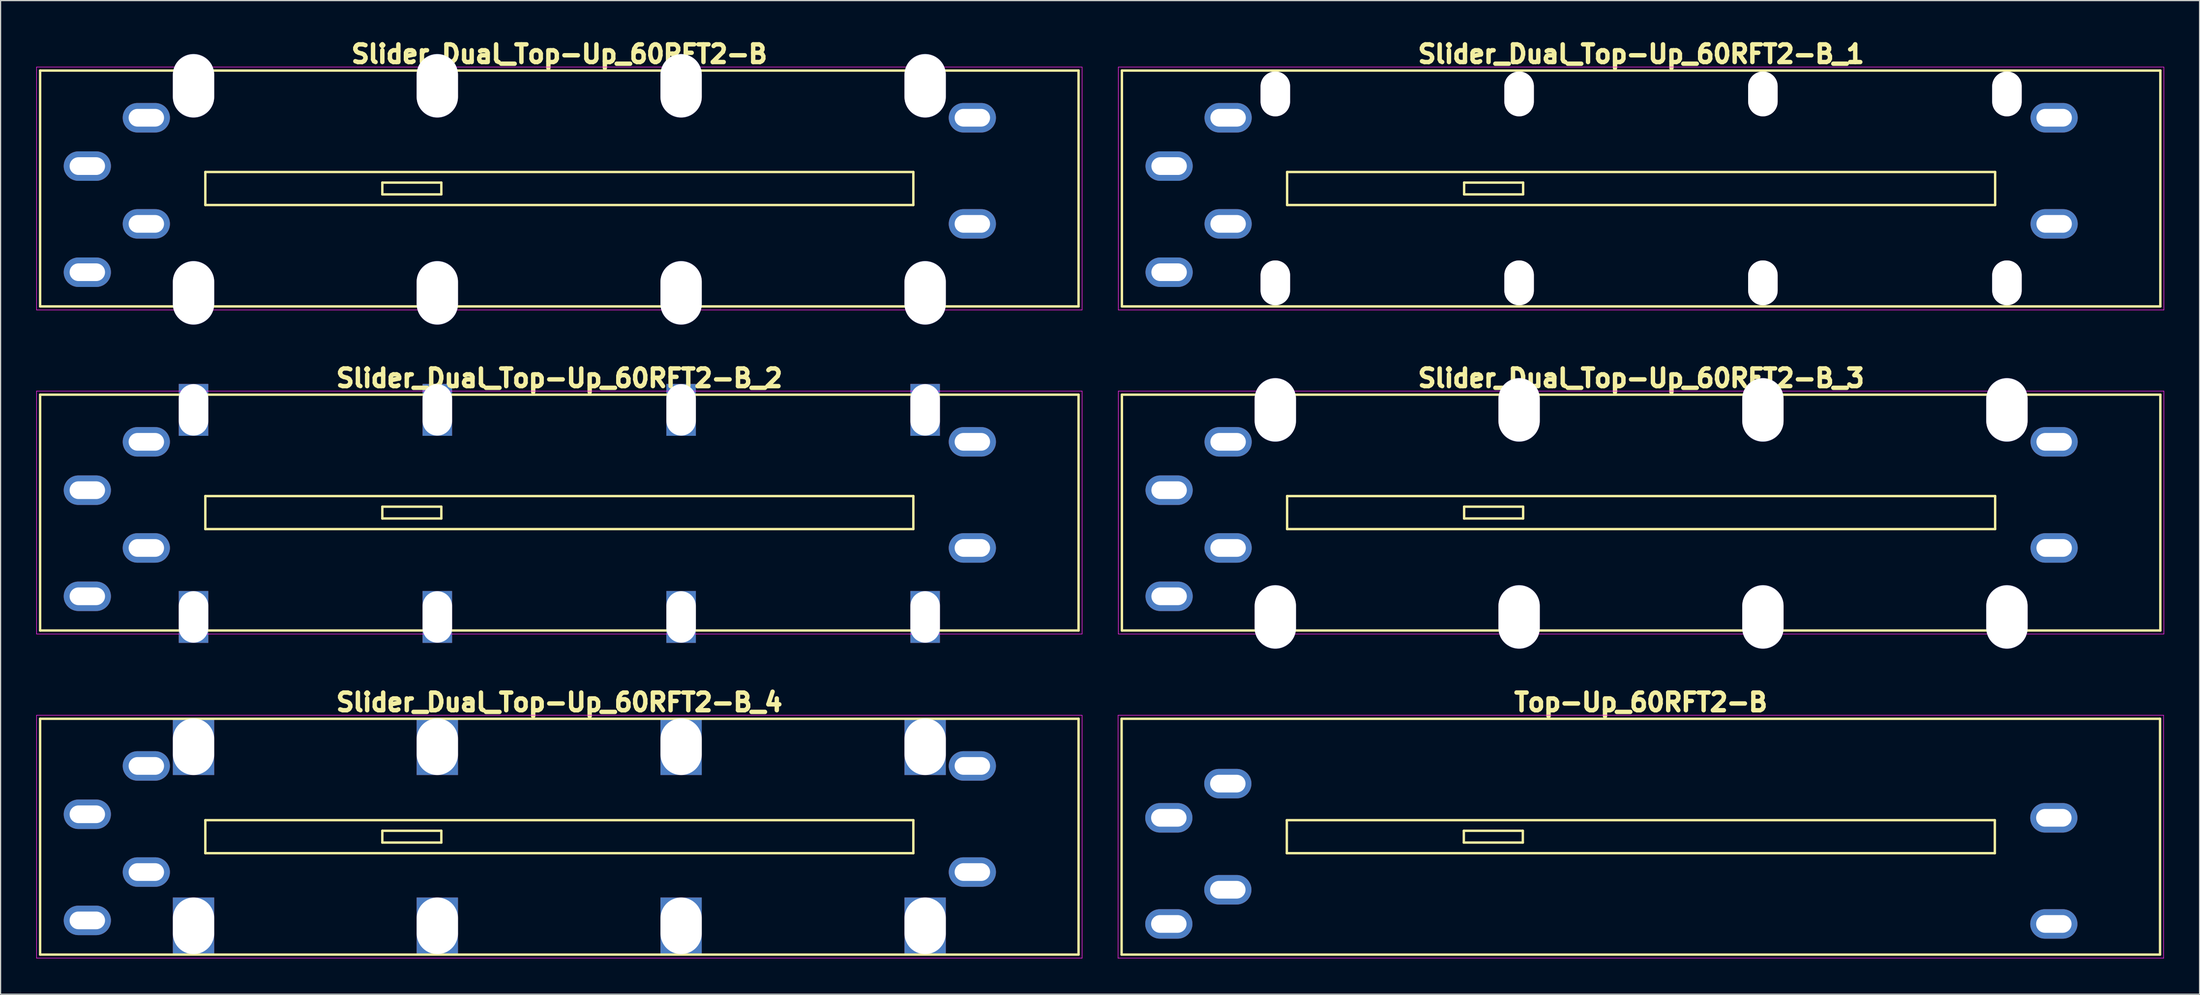
<source format=kicad_pcb>
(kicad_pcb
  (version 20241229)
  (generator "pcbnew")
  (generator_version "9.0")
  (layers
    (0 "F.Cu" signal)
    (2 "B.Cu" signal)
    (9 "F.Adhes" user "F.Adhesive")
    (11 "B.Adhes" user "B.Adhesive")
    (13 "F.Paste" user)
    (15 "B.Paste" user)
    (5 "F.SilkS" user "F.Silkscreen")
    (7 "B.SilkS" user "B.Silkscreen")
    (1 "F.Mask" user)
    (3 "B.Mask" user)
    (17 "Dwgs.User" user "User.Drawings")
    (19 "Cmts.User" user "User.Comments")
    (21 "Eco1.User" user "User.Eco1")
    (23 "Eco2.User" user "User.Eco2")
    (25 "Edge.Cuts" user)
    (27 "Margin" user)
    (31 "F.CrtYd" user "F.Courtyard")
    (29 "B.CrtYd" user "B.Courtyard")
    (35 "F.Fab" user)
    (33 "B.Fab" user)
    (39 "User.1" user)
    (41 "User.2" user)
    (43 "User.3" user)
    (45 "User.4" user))
  (footprint "Slider_Dual_Top-Up_60RFT2-B_1"
    (layer "F.Cu")
    (at 91.925 23.046)
    (property "Reference" "Slider_Dual_Top-Up_60RFT2-B_1" (at 44.1 -21.51 0) (layer "F.SilkS") (effects (font (size 1.5 1.5) (thickness 0.375) (bold yes))))
    (attr through_hole)
    (fp_line (start 0.1 -20.11) (end 0.1 -0.11) (stroke (width 0.203) (type solid)) (layer "F.SilkS"))
    (fp_line (start 14.1 -11.51) (end 14.1 -8.71) (stroke (width 0.203) (type solid)) (layer "F.SilkS"))
    (fp_line (start 14.1 -8.71) (end 74.1 -8.71) (stroke (width 0.203) (type solid)) (layer "F.SilkS"))
    (fp_line (start 29.1 -10.61) (end 29.1 -9.61) (stroke (width 0.203) (type solid)) (layer "F.SilkS"))
    (fp_line (start 29.1 -9.61) (end 34.1 -9.61) (stroke (width 0.203) (type solid)) (layer "F.SilkS"))
    (fp_line (start 34.1 -10.61) (end 29.1 -10.61) (stroke (width 0.203) (type solid)) (layer "F.SilkS"))
    (fp_line (start 34.1 -9.61) (end 34.1 -10.61) (stroke (width 0.203) (type solid)) (layer "F.SilkS"))
    (fp_line (start 74.1 -11.51) (end 14.1 -11.51) (stroke (width 0.203) (type solid)) (layer "F.SilkS"))
    (fp_line (start 74.1 -8.71) (end 74.1 -11.51) (stroke (width 0.203) (type solid)) (layer "F.SilkS"))
    (fp_line (start 88.1 -20.11) (end 0.1 -20.11) (stroke (width 0.203) (type solid)) (layer "F.SilkS"))
    (fp_line (start 88.1 -0.11) (end 0.1 -0.11) (stroke (width 0.203) (type solid)) (layer "F.SilkS"))
    (fp_line (start 88.1 -0.11) (end 88.1 -20.11) (stroke (width 0.203) (type solid)) (layer "F.SilkS"))
    (fp_line (start -0.2 -20.41) (end 88.4 -20.41) (stroke (width 0.05) (type default)) (layer "F.CrtYd"))
    (fp_line (start -0.2 0.19) (end -0.2 -20.41) (stroke (width 0.05) (type default)) (layer "F.CrtYd"))
    (fp_line (start 88.4 -20.41) (end 88.4 0.19) (stroke (width 0.05) (type default)) (layer "F.CrtYd"))
    (fp_line (start 88.4 0.19) (end -0.2 0.19) (stroke (width 0.05) (type default)) (layer "F.CrtYd"))
    (pad "" thru_hole oval (at 13.1 -18.13 90) (size 3.8 2.5) (drill oval 3.8 2.5) (layers "*.Cu" "*.Mask"))
    (pad "" thru_hole oval (at 13.1 -2.11 90) (size 3.8 2.5) (drill oval 3.8 2.5) (layers "*.Cu" "*.Mask"))
    (pad "" thru_hole oval (at 33.76 -18.13 90) (size 3.8 2.5) (drill oval 3.8 2.5) (layers "*.Cu" "*.Mask"))
    (pad "" thru_hole oval (at 33.76 -2.11 90) (size 3.8 2.5) (drill oval 3.8 2.5) (layers "*.Cu" "*.Mask"))
    (pad "" thru_hole oval (at 54.42 -18.13 90) (size 3.8 2.5) (drill oval 3.8 2.5) (layers "*.Cu" "*.Mask"))
    (pad "" thru_hole oval (at 54.42 -2.11 90) (size 3.8 2.5) (drill oval 3.8 2.5) (layers "*.Cu" "*.Mask"))
    (pad "" thru_hole oval (at 75.1 -18.13 90) (size 3.8 2.5) (drill oval 3.8 2.5) (layers "*.Cu" "*.Mask"))
    (pad "" thru_hole oval (at 75.1 -2.11 90) (size 3.8 2.5) (drill oval 3.8 2.5) (layers "*.Cu" "*.Mask"))
    (pad "1" thru_hole oval (at 9.1 -7.11) (size 4 2.5) (drill oval 3 1.5) (layers "*.Cu" "*.Mask"))
    (pad "2" thru_hole oval (at 4.1 -3.01) (size 4 2.5) (drill oval 3 1.5) (layers "*.Cu" "*.Mask"))
    (pad "3" thru_hole oval (at 79.1 -7.11) (size 4 2.5) (drill oval 3 1.5) (layers "*.Cu" "*.Mask"))
    (pad "4" thru_hole oval (at 9.1 -16.11) (size 4 2.5) (drill oval 3 1.5) (layers "*.Cu" "*.Mask"))
    (pad "5" thru_hole oval (at 4.1 -12.01) (size 4 2.5) (drill oval 3 1.5) (layers "*.Cu" "*.Mask"))
    (pad "6" thru_hole oval (at 79.1 -16.11) (size 4 2.5) (drill oval 3 1.5) (layers "*.Cu" "*.Mask")))
  (footprint "Slider_Dual_Top-Up_60RFT2-B_2"
    (layer "F.Cu")
    (at 0.25 50.531)
    (property "Reference" "Slider_Dual_Top-Up_60RFT2-B_2" (at 44.1 -21.51 0) (layer "F.SilkS") (effects (font (size 1.5 1.5) (thickness 0.375) (bold yes))))
    (attr through_hole)
    (fp_line (start 0.1 -20.11) (end 0.1 -0.11) (stroke (width 0.203) (type solid)) (layer "F.SilkS"))
    (fp_line (start 14.1 -11.51) (end 14.1 -8.71) (stroke (width 0.203) (type solid)) (layer "F.SilkS"))
    (fp_line (start 14.1 -8.71) (end 74.1 -8.71) (stroke (width 0.203) (type solid)) (layer "F.SilkS"))
    (fp_line (start 29.1 -10.61) (end 29.1 -9.61) (stroke (width 0.203) (type solid)) (layer "F.SilkS"))
    (fp_line (start 29.1 -9.61) (end 34.1 -9.61) (stroke (width 0.203) (type solid)) (layer "F.SilkS"))
    (fp_line (start 34.1 -10.61) (end 29.1 -10.61) (stroke (width 0.203) (type solid)) (layer "F.SilkS"))
    (fp_line (start 34.1 -9.61) (end 34.1 -10.61) (stroke (width 0.203) (type solid)) (layer "F.SilkS"))
    (fp_line (start 74.1 -11.51) (end 14.1 -11.51) (stroke (width 0.203) (type solid)) (layer "F.SilkS"))
    (fp_line (start 74.1 -8.71) (end 74.1 -11.51) (stroke (width 0.203) (type solid)) (layer "F.SilkS"))
    (fp_line (start 88.1 -20.11) (end 0.1 -20.11) (stroke (width 0.203) (type solid)) (layer "F.SilkS"))
    (fp_line (start 88.1 -0.11) (end 0.1 -0.11) (stroke (width 0.203) (type solid)) (layer "F.SilkS"))
    (fp_line (start 88.1 -0.11) (end 88.1 -20.11) (stroke (width 0.203) (type solid)) (layer "F.SilkS"))
    (fp_line (start -0.2 -20.41) (end 88.4 -20.41) (stroke (width 0.05) (type default)) (layer "F.CrtYd"))
    (fp_line (start -0.2 0.19) (end -0.2 -20.41) (stroke (width 0.05) (type default)) (layer "F.CrtYd"))
    (fp_line (start 88.4 -20.41) (end 88.4 0.19) (stroke (width 0.05) (type default)) (layer "F.CrtYd"))
    (fp_line (start 88.4 0.19) (end -0.2 0.19) (stroke (width 0.05) (type default)) (layer "F.CrtYd"))
    (pad "" thru_hole rect (at 13.1 -18.82 90) (size 4.4 2.5) (drill oval 4.36 2.5) (layers "*.Cu" "*.Mask"))
    (pad "" thru_hole rect (at 13.1 -1.26 90) (size 4.4 2.5) (drill oval 4.36 2.5) (layers "*.Cu" "*.Mask"))
    (pad "" thru_hole rect (at 33.76 -18.82 90) (size 4.4 2.5) (drill oval 4.36 2.5) (layers "*.Cu" "*.Mask"))
    (pad "" thru_hole rect (at 33.76 -1.26 90) (size 4.4 2.5) (drill oval 4.36 2.5) (layers "*.Cu" "*.Mask"))
    (pad "" thru_hole rect (at 54.42 -18.82 90) (size 4.4 2.5) (drill oval 4.36 2.5) (layers "*.Cu" "*.Mask"))
    (pad "" thru_hole rect (at 54.42 -1.26 90) (size 4.4 2.5) (drill oval 4.36 2.5) (layers "*.Cu" "*.Mask"))
    (pad "" thru_hole rect (at 75.1 -18.82 90) (size 4.4 2.5) (drill oval 4.36 2.5) (layers "*.Cu" "*.Mask"))
    (pad "" thru_hole rect (at 75.1 -1.26 90) (size 4.4 2.5) (drill oval 4.36 2.5) (layers "*.Cu" "*.Mask"))
    (pad "1" thru_hole oval (at 9.1 -7.11) (size 4 2.5) (drill oval 3 1.5) (layers "*.Cu" "*.Mask"))
    (pad "2" thru_hole oval (at 4.1 -3.01) (size 4 2.5) (drill oval 3 1.5) (layers "*.Cu" "*.Mask"))
    (pad "3" thru_hole oval (at 79.1 -7.11) (size 4 2.5) (drill oval 3 1.5) (layers "*.Cu" "*.Mask"))
    (pad "4" thru_hole oval (at 9.1 -16.11) (size 4 2.5) (drill oval 3 1.5) (layers "*.Cu" "*.Mask"))
    (pad "5" thru_hole oval (at 4.1 -12.01) (size 4 2.5) (drill oval 3 1.5) (layers "*.Cu" "*.Mask"))
    (pad "6" thru_hole oval (at 79.1 -16.11) (size 4 2.5) (drill oval 3 1.5) (layers "*.Cu" "*.Mask")))
  (footprint "Slider_Dual_Top-Up_60RFT2-B_4"
    (layer "F.Cu")
    (at 0.25 78.017)
    (property "Reference" "Slider_Dual_Top-Up_60RFT2-B_4" (at 44.1 -21.51 0) (layer "F.SilkS") (effects (font (size 1.5 1.5) (thickness 0.375) (bold yes))))
    (attr through_hole)
    (fp_line (start 0.1 -20.11) (end 0.1 -0.11) (stroke (width 0.203) (type solid)) (layer "F.SilkS"))
    (fp_line (start 14.1 -11.51) (end 14.1 -8.71) (stroke (width 0.203) (type solid)) (layer "F.SilkS"))
    (fp_line (start 14.1 -8.71) (end 74.1 -8.71) (stroke (width 0.203) (type solid)) (layer "F.SilkS"))
    (fp_line (start 29.1 -10.61) (end 29.1 -9.61) (stroke (width 0.203) (type solid)) (layer "F.SilkS"))
    (fp_line (start 29.1 -9.61) (end 34.1 -9.61) (stroke (width 0.203) (type solid)) (layer "F.SilkS"))
    (fp_line (start 34.1 -10.61) (end 29.1 -10.61) (stroke (width 0.203) (type solid)) (layer "F.SilkS"))
    (fp_line (start 34.1 -9.61) (end 34.1 -10.61) (stroke (width 0.203) (type solid)) (layer "F.SilkS"))
    (fp_line (start 74.1 -11.51) (end 14.1 -11.51) (stroke (width 0.203) (type solid)) (layer "F.SilkS"))
    (fp_line (start 74.1 -8.71) (end 74.1 -11.51) (stroke (width 0.203) (type solid)) (layer "F.SilkS"))
    (fp_line (start 88.1 -20.11) (end 0.1 -20.11) (stroke (width 0.203) (type solid)) (layer "F.SilkS"))
    (fp_line (start 88.1 -0.11) (end 0.1 -0.11) (stroke (width 0.203) (type solid)) (layer "F.SilkS"))
    (fp_line (start 88.1 -0.11) (end 88.1 -20.11) (stroke (width 0.203) (type solid)) (layer "F.SilkS"))
    (fp_line (start -0.2 -20.41) (end 88.4 -20.41) (stroke (width 0.05) (type default)) (layer "F.CrtYd"))
    (fp_line (start -0.2 0.19) (end -0.2 -20.41) (stroke (width 0.05) (type default)) (layer "F.CrtYd"))
    (fp_line (start 88.4 -20.41) (end 88.4 0.19) (stroke (width 0.05) (type default)) (layer "F.CrtYd"))
    (fp_line (start 88.4 0.19) (end -0.2 0.19) (stroke (width 0.05) (type default)) (layer "F.CrtYd"))
    (pad "" thru_hole rect (at 13.1 -17.74 90) (size 4.8 3.5) (drill oval 4.8 3.5) (layers "*.Cu" "*.Mask"))
    (pad "" thru_hole rect (at 13.1 -2.55 90) (size 4.8 3.5) (drill oval 4.8 3.5) (layers "*.Cu" "*.Mask"))
    (pad "" thru_hole rect (at 33.76 -17.74 90) (size 4.8 3.5) (drill oval 4.8 3.5) (layers "*.Cu" "*.Mask"))
    (pad "" thru_hole rect (at 33.76 -2.55 90) (size 4.8 3.5) (drill oval 4.8 3.5) (layers "*.Cu" "*.Mask"))
    (pad "" thru_hole rect (at 54.42 -17.74 90) (size 4.8 3.5) (drill oval 4.8 3.5) (layers "*.Cu" "*.Mask"))
    (pad "" thru_hole rect (at 54.42 -2.55 90) (size 4.8 3.5) (drill oval 4.8 3.5) (layers "*.Cu" "*.Mask"))
    (pad "" thru_hole rect (at 75.1 -17.74 90) (size 4.8 3.5) (drill oval 4.8 3.5) (layers "*.Cu" "*.Mask"))
    (pad "" thru_hole rect (at 75.1 -2.55 90) (size 4.8 3.5) (drill oval 4.8 3.5) (layers "*.Cu" "*.Mask"))
    (pad "1" thru_hole oval (at 9.1 -7.11) (size 4 2.5) (drill oval 3 1.5) (layers "*.Cu" "*.Mask"))
    (pad "2" thru_hole oval (at 4.1 -3.01) (size 4 2.5) (drill oval 3 1.5) (layers "*.Cu" "*.Mask"))
    (pad "3" thru_hole oval (at 79.1 -7.11) (size 4 2.5) (drill oval 3 1.5) (layers "*.Cu" "*.Mask"))
    (pad "4" thru_hole oval (at 9.1 -16.11) (size 4 2.5) (drill oval 3 1.5) (layers "*.Cu" "*.Mask"))
    (pad "5" thru_hole oval (at 4.1 -12.01) (size 4 2.5) (drill oval 3 1.5) (layers "*.Cu" "*.Mask"))
    (pad "6" thru_hole oval (at 79.1 -16.11) (size 4 2.5) (drill oval 3 1.5) (layers "*.Cu" "*.Mask")))
  (footprint "Top-Up_60RFT2-B"
    (layer "F.Cu")
    (at 136 67.907)
    (property "Reference" "Top-Up_60RFT2-B" (at 0 -11.4 0) (layer "F.SilkS") (effects (font (size 1.5 1.5) (thickness 0.375) (bold yes))))
    (attr through_hole)
    (fp_line (start -44 -10) (end -44 10) (stroke (width 0.203) (type solid)) (layer "F.SilkS"))
    (fp_line (start -30 -1.4) (end -30 1.4) (stroke (width 0.203) (type solid)) (layer "F.SilkS"))
    (fp_line (start -30 1.4) (end 30 1.4) (stroke (width 0.203) (type solid)) (layer "F.SilkS"))
    (fp_line (start -15 -0.5) (end -15 0.5) (stroke (width 0.203) (type solid)) (layer "F.SilkS"))
    (fp_line (start -15 0.5) (end -10 0.5) (stroke (width 0.203) (type solid)) (layer "F.SilkS"))
    (fp_line (start -10 -0.5) (end -15 -0.5) (stroke (width 0.203) (type solid)) (layer "F.SilkS"))
    (fp_line (start -10 0.5) (end -10 -0.5) (stroke (width 0.203) (type solid)) (layer "F.SilkS"))
    (fp_line (start 30 -1.4) (end -30 -1.4) (stroke (width 0.203) (type solid)) (layer "F.SilkS"))
    (fp_line (start 30 1.4) (end 30 -1.4) (stroke (width 0.203) (type solid)) (layer "F.SilkS"))
    (fp_line (start 44 -10) (end -44 -10) (stroke (width 0.203) (type solid)) (layer "F.SilkS"))
    (fp_line (start 44 10) (end -44 10) (stroke (width 0.203) (type solid)) (layer "F.SilkS"))
    (fp_line (start 44 10) (end 44 -10) (stroke (width 0.203) (type solid)) (layer "F.SilkS"))
    (fp_line (start -44.3 -10.3) (end 44.3 -10.3) (stroke (width 0.05) (type default)) (layer "F.CrtYd"))
    (fp_line (start -44.3 10.3) (end -44.3 -10.3) (stroke (width 0.05) (type default)) (layer "F.CrtYd"))
    (fp_line (start 44.3 -10.3) (end 44.3 10.3) (stroke (width 0.05) (type default)) (layer "F.CrtYd"))
    (fp_line (start 44.3 10.3) (end -44.3 10.3) (stroke (width 0.05) (type default)) (layer "F.CrtYd"))
    (pad "1" thru_hole oval (at -35 -4.5) (size 4 2.5) (drill oval 3 1.5) (layers "*.Cu" "*.Mask"))
    (pad "1" thru_hole oval (at -35 4.5) (size 4 2.5) (drill oval 3 1.5) (layers "*.Cu" "*.Mask"))
    (pad "2" thru_hole oval (at -40 -1.6) (size 4 2.5) (drill oval 3 1.5) (layers "*.Cu" "*.Mask"))
    (pad "2" thru_hole oval (at -40 7.4) (size 4 2.5) (drill oval 3 1.5) (layers "*.Cu" "*.Mask"))
    (pad "3" thru_hole oval (at 35 -1.6) (size 4 2.5) (drill oval 3 1.5) (layers "*.Cu" "*.Mask"))
    (pad "3" thru_hole oval (at 35 7.4) (size 4 2.5) (drill oval 3 1.5) (layers "*.Cu" "*.Mask")))
  (footprint "Slider_Dual_Top-Up_60RFT2-B"
    (layer "F.Cu")
    (at 0.25 23.046)
    (property "Reference" "Slider_Dual_Top-Up_60RFT2-B" (at 44.1 -21.51 0) (layer "F.SilkS") (effects (font (size 1.5 1.5) (thickness 0.375) (bold yes))))
    (attr through_hole)
    (fp_line (start 0.1 -20.11) (end 0.1 -0.11) (stroke (width 0.203) (type solid)) (layer "F.SilkS"))
    (fp_line (start 14.1 -11.51) (end 14.1 -8.71) (stroke (width 0.203) (type solid)) (layer "F.SilkS"))
    (fp_line (start 14.1 -8.71) (end 74.1 -8.71) (stroke (width 0.203) (type solid)) (layer "F.SilkS"))
    (fp_line (start 29.1 -10.61) (end 29.1 -9.61) (stroke (width 0.203) (type solid)) (layer "F.SilkS"))
    (fp_line (start 29.1 -9.61) (end 34.1 -9.61) (stroke (width 0.203) (type solid)) (layer "F.SilkS"))
    (fp_line (start 34.1 -10.61) (end 29.1 -10.61) (stroke (width 0.203) (type solid)) (layer "F.SilkS"))
    (fp_line (start 34.1 -9.61) (end 34.1 -10.61) (stroke (width 0.203) (type solid)) (layer "F.SilkS"))
    (fp_line (start 74.1 -11.51) (end 14.1 -11.51) (stroke (width 0.203) (type solid)) (layer "F.SilkS"))
    (fp_line (start 74.1 -8.71) (end 74.1 -11.51) (stroke (width 0.203) (type solid)) (layer "F.SilkS"))
    (fp_line (start 88.1 -20.11) (end 0.1 -20.11) (stroke (width 0.203) (type solid)) (layer "F.SilkS"))
    (fp_line (start 88.1 -0.11) (end 0.1 -0.11) (stroke (width 0.203) (type solid)) (layer "F.SilkS"))
    (fp_line (start 88.1 -0.11) (end 88.1 -20.11) (stroke (width 0.203) (type solid)) (layer "F.SilkS"))
    (fp_line (start -0.2 -20.41) (end 88.4 -20.41) (stroke (width 0.05) (type default)) (layer "F.CrtYd"))
    (fp_line (start -0.2 0.19) (end -0.2 -20.41) (stroke (width 0.05) (type default)) (layer "F.CrtYd"))
    (fp_line (start 88.4 -20.41) (end 88.4 0.19) (stroke (width 0.05) (type default)) (layer "F.CrtYd"))
    (fp_line (start 88.4 0.19) (end -0.2 0.19) (stroke (width 0.05) (type default)) (layer "F.CrtYd"))
    (pad "" thru_hole oval (at 13.1 -18.82 90) (size 5.4 3.5) (drill oval 5.36 3.5) (layers "*.Cu" "*.Mask"))
    (pad "" thru_hole oval (at 13.1 -1.26 90) (size 5.4 3.5) (drill oval 5.36 3.5) (layers "*.Cu" "*.Mask"))
    (pad "" thru_hole oval (at 33.76 -18.82 90) (size 5.4 3.5) (drill oval 5.36 3.5) (layers "*.Cu" "*.Mask"))
    (pad "" thru_hole oval (at 33.76 -1.26 90) (size 5.4 3.5) (drill oval 5.36 3.5) (layers "*.Cu" "*.Mask"))
    (pad "" thru_hole oval (at 54.42 -18.82 90) (size 5.4 3.5) (drill oval 5.36 3.5) (layers "*.Cu" "*.Mask"))
    (pad "" thru_hole oval (at 54.42 -1.26 90) (size 5.4 3.5) (drill oval 5.36 3.5) (layers "*.Cu" "*.Mask"))
    (pad "" thru_hole oval (at 75.1 -18.82 90) (size 5.4 3.5) (drill oval 5.36 3.5) (layers "*.Cu" "*.Mask"))
    (pad "" thru_hole oval (at 75.1 -1.26 90) (size 5.4 3.5) (drill oval 5.36 3.5) (layers "*.Cu" "*.Mask"))
    (pad "1" thru_hole oval (at 9.1 -7.11) (size 4 2.5) (drill oval 3 1.5) (layers "*.Cu" "*.Mask"))
    (pad "2" thru_hole oval (at 4.1 -3.01) (size 4 2.5) (drill oval 3 1.5) (layers "*.Cu" "*.Mask"))
    (pad "3" thru_hole oval (at 79.1 -7.11) (size 4 2.5) (drill oval 3 1.5) (layers "*.Cu" "*.Mask"))
    (pad "4" thru_hole oval (at 9.1 -16.11) (size 4 2.5) (drill oval 3 1.5) (layers "*.Cu" "*.Mask"))
    (pad "5" thru_hole oval (at 4.1 -12.01) (size 4 2.5) (drill oval 3 1.5) (layers "*.Cu" "*.Mask"))
    (pad "6" thru_hole oval (at 79.1 -16.11) (size 4 2.5) (drill oval 3 1.5) (layers "*.Cu" "*.Mask")))
  (footprint "Slider_Dual_Top-Up_60RFT2-B_3"
    (layer "F.Cu")
    (at 91.925 50.531)
    (property "Reference" "Slider_Dual_Top-Up_60RFT2-B_3" (at 44.1 -21.51 0) (layer "F.SilkS") (effects (font (size 1.5 1.5) (thickness 0.375) (bold yes))))
    (attr through_hole)
    (fp_line (start 0.1 -20.11) (end 0.1 -0.11) (stroke (width 0.203) (type solid)) (layer "F.SilkS"))
    (fp_line (start 14.1 -11.51) (end 14.1 -8.71) (stroke (width 0.203) (type solid)) (layer "F.SilkS"))
    (fp_line (start 14.1 -8.71) (end 74.1 -8.71) (stroke (width 0.203) (type solid)) (layer "F.SilkS"))
    (fp_line (start 29.1 -10.61) (end 29.1 -9.61) (stroke (width 0.203) (type solid)) (layer "F.SilkS"))
    (fp_line (start 29.1 -9.61) (end 34.1 -9.61) (stroke (width 0.203) (type solid)) (layer "F.SilkS"))
    (fp_line (start 34.1 -10.61) (end 29.1 -10.61) (stroke (width 0.203) (type solid)) (layer "F.SilkS"))
    (fp_line (start 34.1 -9.61) (end 34.1 -10.61) (stroke (width 0.203) (type solid)) (layer "F.SilkS"))
    (fp_line (start 74.1 -11.51) (end 14.1 -11.51) (stroke (width 0.203) (type solid)) (layer "F.SilkS"))
    (fp_line (start 74.1 -8.71) (end 74.1 -11.51) (stroke (width 0.203) (type solid)) (layer "F.SilkS"))
    (fp_line (start 88.1 -20.11) (end 0.1 -20.11) (stroke (width 0.203) (type solid)) (layer "F.SilkS"))
    (fp_line (start 88.1 -0.11) (end 0.1 -0.11) (stroke (width 0.203) (type solid)) (layer "F.SilkS"))
    (fp_line (start 88.1 -0.11) (end 88.1 -20.11) (stroke (width 0.203) (type solid)) (layer "F.SilkS"))
    (fp_line (start -0.2 -20.41) (end 88.4 -20.41) (stroke (width 0.05) (type default)) (layer "F.CrtYd"))
    (fp_line (start -0.2 0.19) (end -0.2 -20.41) (stroke (width 0.05) (type default)) (layer "F.CrtYd"))
    (fp_line (start 88.4 -20.41) (end 88.4 0.19) (stroke (width 0.05) (type default)) (layer "F.CrtYd"))
    (fp_line (start 88.4 0.19) (end -0.2 0.19) (stroke (width 0.05) (type default)) (layer "F.CrtYd"))
    (pad "" thru_hole oval (at 13.1 -18.82 90) (size 5.4 3.5) (drill oval 5.36 3.5) (layers "*.Cu" "*.Mask"))
    (pad "" thru_hole oval (at 13.1 -1.26 90) (size 5.4 3.5) (drill oval 5.36 3.5) (layers "*.Cu" "*.Mask"))
    (pad "" thru_hole oval (at 33.76 -18.82 90) (size 5.4 3.5) (drill oval 5.36 3.5) (layers "*.Cu" "*.Mask"))
    (pad "" thru_hole oval (at 33.76 -1.26 90) (size 5.4 3.5) (drill oval 5.36 3.5) (layers "*.Cu" "*.Mask"))
    (pad "" thru_hole oval (at 54.42 -18.82 90) (size 5.4 3.5) (drill oval 5.36 3.5) (layers "*.Cu" "*.Mask"))
    (pad "" thru_hole oval (at 54.42 -1.26 90) (size 5.4 3.5) (drill oval 5.36 3.5) (layers "*.Cu" "*.Mask"))
    (pad "" thru_hole oval (at 75.1 -18.82 90) (size 5.4 3.5) (drill oval 5.36 3.5) (layers "*.Cu" "*.Mask"))
    (pad "" thru_hole oval (at 75.1 -1.26 90) (size 5.4 3.5) (drill oval 5.36 3.5) (layers "*.Cu" "*.Mask"))
    (pad "1" thru_hole oval (at 9.1 -7.11) (size 4 2.5) (drill oval 3 1.5) (layers "*.Cu" "*.Mask"))
    (pad "2" thru_hole oval (at 4.1 -3.01) (size 4 2.5) (drill oval 3 1.5) (layers "*.Cu" "*.Mask"))
    (pad "3" thru_hole oval (at 79.1 -7.11) (size 4 2.5) (drill oval 3 1.5) (layers "*.Cu" "*.Mask"))
    (pad "4" thru_hole oval (at 9.1 -16.11) (size 4 2.5) (drill oval 3 1.5) (layers "*.Cu" "*.Mask"))
    (pad "5" thru_hole oval (at 4.1 -12.01) (size 4 2.5) (drill oval 3 1.5) (layers "*.Cu" "*.Mask"))
    (pad "6" thru_hole oval (at 79.1 -16.11) (size 4 2.5) (drill oval 3 1.5) (layers "*.Cu" "*.Mask")))
  (gr_rect
    (start -3 -3)
    (end 183.35 81.267)
    (stroke (width 0.1) (type default))
    (fill no)
    (layer "Edge.Cuts")))
</source>
